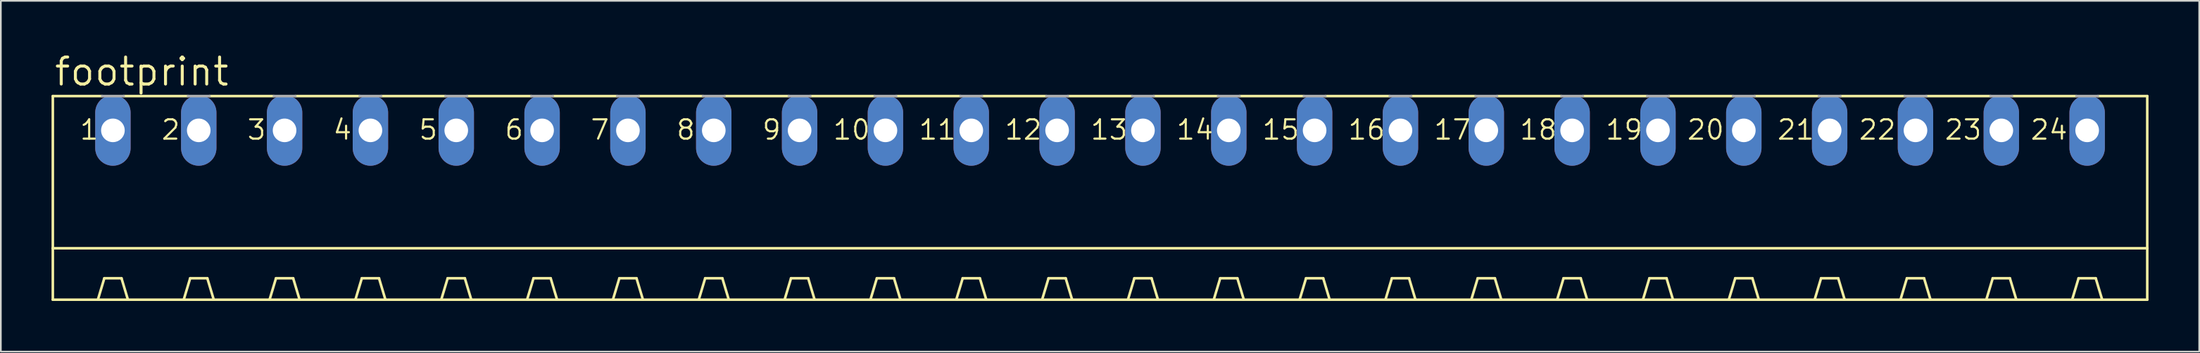
<source format=kicad_pcb>
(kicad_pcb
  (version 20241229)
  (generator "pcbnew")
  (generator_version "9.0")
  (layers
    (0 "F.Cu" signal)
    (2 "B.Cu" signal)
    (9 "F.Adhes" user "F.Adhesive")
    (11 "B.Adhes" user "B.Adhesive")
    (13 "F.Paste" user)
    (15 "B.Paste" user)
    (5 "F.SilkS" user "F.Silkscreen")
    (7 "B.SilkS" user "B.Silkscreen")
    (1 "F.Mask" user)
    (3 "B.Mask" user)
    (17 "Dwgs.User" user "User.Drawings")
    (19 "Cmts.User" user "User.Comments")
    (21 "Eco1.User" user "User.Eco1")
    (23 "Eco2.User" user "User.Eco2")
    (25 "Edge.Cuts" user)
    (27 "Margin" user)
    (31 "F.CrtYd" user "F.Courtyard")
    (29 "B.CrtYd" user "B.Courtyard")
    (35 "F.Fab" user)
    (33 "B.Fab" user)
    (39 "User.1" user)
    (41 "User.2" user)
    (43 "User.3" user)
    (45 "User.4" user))
  (footprint "footprint"
    (layer "F.Cu")
    (at 62.052 9.754)
    (property "Reference" "footprint" (at -61.976 -7.62 0) (layer "F.SilkS") (effects (font (size 1.6 1.6) (thickness 0.178)) (justify left bottom)))
    (fp_line (start -61.976 -7.112) (end -61.976 1.905) (stroke (width 0.152) (type solid)) (layer "F.SilkS"))
    (fp_line (start -61.976 -7.112) (end -59.055 -7.112) (stroke (width 0.152) (type solid)) (layer "F.SilkS"))
    (fp_line (start -61.976 1.905) (end -61.976 4.953) (stroke (width 0.152) (type solid)) (layer "F.SilkS"))
    (fp_line (start -61.976 1.905) (end 61.976 1.905) (stroke (width 0.152) (type solid)) (layer "F.SilkS"))
    (fp_line (start -61.976 4.953) (end -59.309 4.953) (stroke (width 0.152) (type solid)) (layer "F.SilkS"))
    (fp_line (start -59.309 4.953) (end -58.928 3.683) (stroke (width 0.152) (type solid)) (layer "F.SilkS"))
    (fp_line (start -59.309 4.953) (end -57.531 4.953) (stroke (width 0.152) (type solid)) (layer "F.SilkS"))
    (fp_line (start -57.912 3.683) (end -58.928 3.683) (stroke (width 0.152) (type solid)) (layer "F.SilkS"))
    (fp_line (start -57.785 -7.112) (end -53.975 -7.112) (stroke (width 0.152) (type solid)) (layer "F.SilkS"))
    (fp_line (start -57.531 4.953) (end -57.912 3.683) (stroke (width 0.152) (type solid)) (layer "F.SilkS"))
    (fp_line (start -57.531 4.953) (end -54.229 4.953) (stroke (width 0.152) (type solid)) (layer "F.SilkS"))
    (fp_line (start -54.229 4.953) (end -53.848 3.683) (stroke (width 0.152) (type solid)) (layer "F.SilkS"))
    (fp_line (start -54.229 4.953) (end -52.451 4.953) (stroke (width 0.152) (type solid)) (layer "F.SilkS"))
    (fp_line (start -53.848 3.683) (end -52.832 3.683) (stroke (width 0.152) (type solid)) (layer "F.SilkS"))
    (fp_line (start -52.705 -7.112) (end -48.895 -7.112) (stroke (width 0.152) (type solid)) (layer "F.SilkS"))
    (fp_line (start -52.451 4.953) (end -52.832 3.683) (stroke (width 0.152) (type solid)) (layer "F.SilkS"))
    (fp_line (start -52.451 4.953) (end -49.149 4.953) (stroke (width 0.152) (type solid)) (layer "F.SilkS"))
    (fp_line (start -49.149 4.953) (end -48.768 3.683) (stroke (width 0.152) (type solid)) (layer "F.SilkS"))
    (fp_line (start -49.149 4.953) (end -47.371 4.953) (stroke (width 0.152) (type solid)) (layer "F.SilkS"))
    (fp_line (start -48.768 3.683) (end -47.752 3.683) (stroke (width 0.152) (type solid)) (layer "F.SilkS"))
    (fp_line (start -47.625 -7.112) (end -43.815 -7.112) (stroke (width 0.152) (type solid)) (layer "F.SilkS"))
    (fp_line (start -47.371 4.953) (end -47.752 3.683) (stroke (width 0.152) (type solid)) (layer "F.SilkS"))
    (fp_line (start -47.371 4.953) (end -44.069 4.953) (stroke (width 0.152) (type solid)) (layer "F.SilkS"))
    (fp_line (start -44.069 4.953) (end -43.688 3.683) (stroke (width 0.152) (type solid)) (layer "F.SilkS"))
    (fp_line (start -44.069 4.953) (end -42.291 4.953) (stroke (width 0.152) (type solid)) (layer "F.SilkS"))
    (fp_line (start -43.688 3.683) (end -42.672 3.683) (stroke (width 0.152) (type solid)) (layer "F.SilkS"))
    (fp_line (start -42.545 -7.112) (end -38.735 -7.112) (stroke (width 0.152) (type solid)) (layer "F.SilkS"))
    (fp_line (start -42.291 4.953) (end -42.672 3.683) (stroke (width 0.152) (type solid)) (layer "F.SilkS"))
    (fp_line (start -42.291 4.953) (end -38.989 4.953) (stroke (width 0.152) (type solid)) (layer "F.SilkS"))
    (fp_line (start -38.989 4.953) (end -38.608 3.683) (stroke (width 0.152) (type solid)) (layer "F.SilkS"))
    (fp_line (start -38.989 4.953) (end -37.211 4.953) (stroke (width 0.152) (type solid)) (layer "F.SilkS"))
    (fp_line (start -38.608 3.683) (end -37.592 3.683) (stroke (width 0.152) (type solid)) (layer "F.SilkS"))
    (fp_line (start -37.465 -7.112) (end -33.655 -7.112) (stroke (width 0.152) (type solid)) (layer "F.SilkS"))
    (fp_line (start -37.211 4.953) (end -37.592 3.683) (stroke (width 0.152) (type solid)) (layer "F.SilkS"))
    (fp_line (start -37.211 4.953) (end -33.909 4.953) (stroke (width 0.152) (type solid)) (layer "F.SilkS"))
    (fp_line (start -33.909 4.953) (end -33.528 3.683) (stroke (width 0.152) (type solid)) (layer "F.SilkS"))
    (fp_line (start -33.909 4.953) (end -32.131 4.953) (stroke (width 0.152) (type solid)) (layer "F.SilkS"))
    (fp_line (start -33.528 3.683) (end -32.512 3.683) (stroke (width 0.152) (type solid)) (layer "F.SilkS"))
    (fp_line (start -32.385 -7.112) (end -28.575 -7.112) (stroke (width 0.152) (type solid)) (layer "F.SilkS"))
    (fp_line (start -32.131 4.953) (end -32.512 3.683) (stroke (width 0.152) (type solid)) (layer "F.SilkS"))
    (fp_line (start -32.131 4.953) (end -28.829 4.953) (stroke (width 0.152) (type solid)) (layer "F.SilkS"))
    (fp_line (start -28.829 4.953) (end -28.448 3.683) (stroke (width 0.152) (type solid)) (layer "F.SilkS"))
    (fp_line (start -28.829 4.953) (end -27.051 4.953) (stroke (width 0.152) (type solid)) (layer "F.SilkS"))
    (fp_line (start -28.448 3.683) (end -27.432 3.683) (stroke (width 0.152) (type solid)) (layer "F.SilkS"))
    (fp_line (start -27.305 -7.112) (end -23.495 -7.112) (stroke (width 0.152) (type solid)) (layer "F.SilkS"))
    (fp_line (start -27.051 4.953) (end -27.432 3.683) (stroke (width 0.152) (type solid)) (layer "F.SilkS"))
    (fp_line (start -27.051 4.953) (end -23.749 4.953) (stroke (width 0.152) (type solid)) (layer "F.SilkS"))
    (fp_line (start -23.749 4.953) (end -23.368 3.683) (stroke (width 0.152) (type solid)) (layer "F.SilkS"))
    (fp_line (start -23.749 4.953) (end -21.971 4.953) (stroke (width 0.152) (type solid)) (layer "F.SilkS"))
    (fp_line (start -23.368 3.683) (end -22.352 3.683) (stroke (width 0.152) (type solid)) (layer "F.SilkS"))
    (fp_line (start -22.225 -7.112) (end -18.415 -7.112) (stroke (width 0.152) (type solid)) (layer "F.SilkS"))
    (fp_line (start -21.971 4.953) (end -22.352 3.683) (stroke (width 0.152) (type solid)) (layer "F.SilkS"))
    (fp_line (start -21.971 4.953) (end -18.669 4.953) (stroke (width 0.152) (type solid)) (layer "F.SilkS"))
    (fp_line (start -18.669 4.953) (end -18.288 3.683) (stroke (width 0.152) (type solid)) (layer "F.SilkS"))
    (fp_line (start -18.669 4.953) (end -16.891 4.953) (stroke (width 0.152) (type solid)) (layer "F.SilkS"))
    (fp_line (start -18.288 3.683) (end -17.272 3.683) (stroke (width 0.152) (type solid)) (layer "F.SilkS"))
    (fp_line (start -17.145 -7.112) (end -13.335 -7.112) (stroke (width 0.152) (type solid)) (layer "F.SilkS"))
    (fp_line (start -16.891 4.953) (end -17.272 3.683) (stroke (width 0.152) (type solid)) (layer "F.SilkS"))
    (fp_line (start -16.891 4.953) (end -13.589 4.953) (stroke (width 0.152) (type solid)) (layer "F.SilkS"))
    (fp_line (start -13.589 4.953) (end -13.208 3.683) (stroke (width 0.152) (type solid)) (layer "F.SilkS"))
    (fp_line (start -13.589 4.953) (end -11.811 4.953) (stroke (width 0.152) (type solid)) (layer "F.SilkS"))
    (fp_line (start -13.208 3.683) (end -12.192 3.683) (stroke (width 0.152) (type solid)) (layer "F.SilkS"))
    (fp_line (start -12.065 -7.112) (end -8.255 -7.112) (stroke (width 0.152) (type solid)) (layer "F.SilkS"))
    (fp_line (start -11.811 4.953) (end -12.192 3.683) (stroke (width 0.152) (type solid)) (layer "F.SilkS"))
    (fp_line (start -11.811 4.953) (end -8.509 4.953) (stroke (width 0.152) (type solid)) (layer "F.SilkS"))
    (fp_line (start -8.509 4.953) (end -8.128 3.683) (stroke (width 0.152) (type solid)) (layer "F.SilkS"))
    (fp_line (start -8.509 4.953) (end -6.731 4.953) (stroke (width 0.152) (type solid)) (layer "F.SilkS"))
    (fp_line (start -8.128 3.683) (end -7.112 3.683) (stroke (width 0.152) (type solid)) (layer "F.SilkS"))
    (fp_line (start -6.985 -7.112) (end -3.175 -7.112) (stroke (width 0.152) (type solid)) (layer "F.SilkS"))
    (fp_line (start -6.731 4.953) (end -7.112 3.683) (stroke (width 0.152) (type solid)) (layer "F.SilkS"))
    (fp_line (start -6.731 4.953) (end -3.429 4.953) (stroke (width 0.152) (type solid)) (layer "F.SilkS"))
    (fp_line (start -3.429 4.953) (end -3.048 3.683) (stroke (width 0.152) (type solid)) (layer "F.SilkS"))
    (fp_line (start -3.429 4.953) (end -1.651 4.953) (stroke (width 0.152) (type solid)) (layer "F.SilkS"))
    (fp_line (start -3.048 3.683) (end -2.032 3.683) (stroke (width 0.152) (type solid)) (layer "F.SilkS"))
    (fp_line (start -1.905 -7.112) (end 1.905 -7.112) (stroke (width 0.152) (type solid)) (layer "F.SilkS"))
    (fp_line (start -1.651 4.953) (end -2.032 3.683) (stroke (width 0.152) (type solid)) (layer "F.SilkS"))
    (fp_line (start -1.651 4.953) (end 1.651 4.953) (stroke (width 0.152) (type solid)) (layer "F.SilkS"))
    (fp_line (start 1.651 4.953) (end 2.032 3.683) (stroke (width 0.152) (type solid)) (layer "F.SilkS"))
    (fp_line (start 1.651 4.953) (end 3.429 4.953) (stroke (width 0.152) (type solid)) (layer "F.SilkS"))
    (fp_line (start 3.048 3.683) (end 2.032 3.683) (stroke (width 0.152) (type solid)) (layer "F.SilkS"))
    (fp_line (start 3.175 -7.112) (end 6.985 -7.112) (stroke (width 0.152) (type solid)) (layer "F.SilkS"))
    (fp_line (start 3.429 4.953) (end 3.048 3.683) (stroke (width 0.152) (type solid)) (layer "F.SilkS"))
    (fp_line (start 3.429 4.953) (end 6.731 4.953) (stroke (width 0.152) (type solid)) (layer "F.SilkS"))
    (fp_line (start 6.731 4.953) (end 7.112 3.683) (stroke (width 0.152) (type solid)) (layer "F.SilkS"))
    (fp_line (start 6.731 4.953) (end 8.509 4.953) (stroke (width 0.152) (type solid)) (layer "F.SilkS"))
    (fp_line (start 7.112 3.683) (end 8.128 3.683) (stroke (width 0.152) (type solid)) (layer "F.SilkS"))
    (fp_line (start 8.255 -7.112) (end 12.065 -7.112) (stroke (width 0.152) (type solid)) (layer "F.SilkS"))
    (fp_line (start 8.509 4.953) (end 8.128 3.683) (stroke (width 0.152) (type solid)) (layer "F.SilkS"))
    (fp_line (start 8.509 4.953) (end 11.811 4.953) (stroke (width 0.152) (type solid)) (layer "F.SilkS"))
    (fp_line (start 11.811 4.953) (end 12.192 3.683) (stroke (width 0.152) (type solid)) (layer "F.SilkS"))
    (fp_line (start 11.811 4.953) (end 13.589 4.953) (stroke (width 0.152) (type solid)) (layer "F.SilkS"))
    (fp_line (start 12.192 3.683) (end 13.208 3.683) (stroke (width 0.152) (type solid)) (layer "F.SilkS"))
    (fp_line (start 13.335 -7.112) (end 17.145 -7.112) (stroke (width 0.152) (type solid)) (layer "F.SilkS"))
    (fp_line (start 13.589 4.953) (end 13.208 3.683) (stroke (width 0.152) (type solid)) (layer "F.SilkS"))
    (fp_line (start 13.589 4.953) (end 16.891 4.953) (stroke (width 0.152) (type solid)) (layer "F.SilkS"))
    (fp_line (start 16.891 4.953) (end 17.272 3.683) (stroke (width 0.152) (type solid)) (layer "F.SilkS"))
    (fp_line (start 16.891 4.953) (end 18.669 4.953) (stroke (width 0.152) (type solid)) (layer "F.SilkS"))
    (fp_line (start 17.272 3.683) (end 18.288 3.683) (stroke (width 0.152) (type solid)) (layer "F.SilkS"))
    (fp_line (start 18.415 -7.112) (end 22.225 -7.112) (stroke (width 0.152) (type solid)) (layer "F.SilkS"))
    (fp_line (start 18.669 4.953) (end 18.288 3.683) (stroke (width 0.152) (type solid)) (layer "F.SilkS"))
    (fp_line (start 18.669 4.953) (end 21.971 4.953) (stroke (width 0.152) (type solid)) (layer "F.SilkS"))
    (fp_line (start 21.971 4.953) (end 22.352 3.683) (stroke (width 0.152) (type solid)) (layer "F.SilkS"))
    (fp_line (start 21.971 4.953) (end 23.749 4.953) (stroke (width 0.152) (type solid)) (layer "F.SilkS"))
    (fp_line (start 22.352 3.683) (end 23.368 3.683) (stroke (width 0.152) (type solid)) (layer "F.SilkS"))
    (fp_line (start 23.495 -7.112) (end 27.305 -7.112) (stroke (width 0.152) (type solid)) (layer "F.SilkS"))
    (fp_line (start 23.749 4.953) (end 23.368 3.683) (stroke (width 0.152) (type solid)) (layer "F.SilkS"))
    (fp_line (start 23.749 4.953) (end 27.051 4.953) (stroke (width 0.152) (type solid)) (layer "F.SilkS"))
    (fp_line (start 27.051 4.953) (end 27.432 3.683) (stroke (width 0.152) (type solid)) (layer "F.SilkS"))
    (fp_line (start 27.051 4.953) (end 28.829 4.953) (stroke (width 0.152) (type solid)) (layer "F.SilkS"))
    (fp_line (start 27.432 3.683) (end 28.448 3.683) (stroke (width 0.152) (type solid)) (layer "F.SilkS"))
    (fp_line (start 28.575 -7.112) (end 32.385 -7.112) (stroke (width 0.152) (type solid)) (layer "F.SilkS"))
    (fp_line (start 28.829 4.953) (end 28.448 3.683) (stroke (width 0.152) (type solid)) (layer "F.SilkS"))
    (fp_line (start 28.829 4.953) (end 32.131 4.953) (stroke (width 0.152) (type solid)) (layer "F.SilkS"))
    (fp_line (start 32.131 4.953) (end 32.512 3.683) (stroke (width 0.152) (type solid)) (layer "F.SilkS"))
    (fp_line (start 32.131 4.953) (end 33.909 4.953) (stroke (width 0.152) (type solid)) (layer "F.SilkS"))
    (fp_line (start 32.512 3.683) (end 33.528 3.683) (stroke (width 0.152) (type solid)) (layer "F.SilkS"))
    (fp_line (start 33.655 -7.112) (end 37.465 -7.112) (stroke (width 0.152) (type solid)) (layer "F.SilkS"))
    (fp_line (start 33.909 4.953) (end 33.528 3.683) (stroke (width 0.152) (type solid)) (layer "F.SilkS"))
    (fp_line (start 33.909 4.953) (end 37.211 4.953) (stroke (width 0.152) (type solid)) (layer "F.SilkS"))
    (fp_line (start 37.211 4.953) (end 37.592 3.683) (stroke (width 0.152) (type solid)) (layer "F.SilkS"))
    (fp_line (start 37.211 4.953) (end 38.989 4.953) (stroke (width 0.152) (type solid)) (layer "F.SilkS"))
    (fp_line (start 37.592 3.683) (end 38.608 3.683) (stroke (width 0.152) (type solid)) (layer "F.SilkS"))
    (fp_line (start 38.735 -7.112) (end 42.545 -7.112) (stroke (width 0.152) (type solid)) (layer "F.SilkS"))
    (fp_line (start 38.989 4.953) (end 38.608 3.683) (stroke (width 0.152) (type solid)) (layer "F.SilkS"))
    (fp_line (start 38.989 4.953) (end 42.291 4.953) (stroke (width 0.152) (type solid)) (layer "F.SilkS"))
    (fp_line (start 42.291 4.953) (end 42.672 3.683) (stroke (width 0.152) (type solid)) (layer "F.SilkS"))
    (fp_line (start 42.291 4.953) (end 44.069 4.953) (stroke (width 0.152) (type solid)) (layer "F.SilkS"))
    (fp_line (start 42.672 3.683) (end 43.688 3.683) (stroke (width 0.152) (type solid)) (layer "F.SilkS"))
    (fp_line (start 43.815 -7.112) (end 47.625 -7.112) (stroke (width 0.152) (type solid)) (layer "F.SilkS"))
    (fp_line (start 44.069 4.953) (end 43.688 3.683) (stroke (width 0.152) (type solid)) (layer "F.SilkS"))
    (fp_line (start 44.069 4.953) (end 47.371 4.953) (stroke (width 0.152) (type solid)) (layer "F.SilkS"))
    (fp_line (start 47.371 4.953) (end 47.752 3.683) (stroke (width 0.152) (type solid)) (layer "F.SilkS"))
    (fp_line (start 47.371 4.953) (end 49.149 4.953) (stroke (width 0.152) (type solid)) (layer "F.SilkS"))
    (fp_line (start 47.752 3.683) (end 48.768 3.683) (stroke (width 0.152) (type solid)) (layer "F.SilkS"))
    (fp_line (start 48.895 -7.112) (end 52.705 -7.112) (stroke (width 0.152) (type solid)) (layer "F.SilkS"))
    (fp_line (start 49.149 4.953) (end 48.768 3.683) (stroke (width 0.152) (type solid)) (layer "F.SilkS"))
    (fp_line (start 49.149 4.953) (end 52.451 4.953) (stroke (width 0.152) (type solid)) (layer "F.SilkS"))
    (fp_line (start 52.451 4.953) (end 52.832 3.683) (stroke (width 0.152) (type solid)) (layer "F.SilkS"))
    (fp_line (start 52.451 4.953) (end 54.229 4.953) (stroke (width 0.152) (type solid)) (layer "F.SilkS"))
    (fp_line (start 52.832 3.683) (end 53.848 3.683) (stroke (width 0.152) (type solid)) (layer "F.SilkS"))
    (fp_line (start 53.975 -7.112) (end 57.785 -7.112) (stroke (width 0.152) (type solid)) (layer "F.SilkS"))
    (fp_line (start 54.229 4.953) (end 53.848 3.683) (stroke (width 0.152) (type solid)) (layer "F.SilkS"))
    (fp_line (start 54.229 4.953) (end 57.531 4.953) (stroke (width 0.152) (type solid)) (layer "F.SilkS"))
    (fp_line (start 57.531 4.953) (end 57.912 3.683) (stroke (width 0.152) (type solid)) (layer "F.SilkS"))
    (fp_line (start 57.531 4.953) (end 59.309 4.953) (stroke (width 0.152) (type solid)) (layer "F.SilkS"))
    (fp_line (start 57.912 3.683) (end 58.928 3.683) (stroke (width 0.152) (type solid)) (layer "F.SilkS"))
    (fp_line (start 59.055 -7.112) (end 61.976 -7.112) (stroke (width 0.152) (type solid)) (layer "F.SilkS"))
    (fp_line (start 59.309 4.953) (end 58.928 3.683) (stroke (width 0.152) (type solid)) (layer "F.SilkS"))
    (fp_line (start 59.309 4.953) (end 61.976 4.953) (stroke (width 0.152) (type solid)) (layer "F.SilkS"))
    (fp_line (start 61.976 -7.112) (end 61.976 1.905) (stroke (width 0.152) (type solid)) (layer "F.SilkS"))
    (fp_line (start 61.976 1.905) (end 61.976 4.953) (stroke (width 0.152) (type solid)) (layer "F.SilkS"))
    (fp_line (start -59.055 -7.112) (end -57.785 -7.112) (stroke (width 0.152) (type solid)) (layer "F.Fab"))
    (fp_line (start -53.975 -7.112) (end -52.705 -7.112) (stroke (width 0.152) (type solid)) (layer "F.Fab"))
    (fp_line (start -48.895 -7.112) (end -47.625 -7.112) (stroke (width 0.152) (type solid)) (layer "F.Fab"))
    (fp_line (start -43.815 -7.112) (end -42.545 -7.112) (stroke (width 0.152) (type solid)) (layer "F.Fab"))
    (fp_line (start -38.735 -7.112) (end -37.465 -7.112) (stroke (width 0.152) (type solid)) (layer "F.Fab"))
    (fp_line (start -33.655 -7.112) (end -32.385 -7.112) (stroke (width 0.152) (type solid)) (layer "F.Fab"))
    (fp_line (start -28.575 -7.112) (end -27.305 -7.112) (stroke (width 0.152) (type solid)) (layer "F.Fab"))
    (fp_line (start -23.495 -7.112) (end -22.225 -7.112) (stroke (width 0.152) (type solid)) (layer "F.Fab"))
    (fp_line (start -18.415 -7.112) (end -17.145 -7.112) (stroke (width 0.152) (type solid)) (layer "F.Fab"))
    (fp_line (start -13.335 -7.112) (end -12.065 -7.112) (stroke (width 0.152) (type solid)) (layer "F.Fab"))
    (fp_line (start -8.255 -7.112) (end -6.985 -7.112) (stroke (width 0.152) (type solid)) (layer "F.Fab"))
    (fp_line (start -3.175 -7.112) (end -1.905 -7.112) (stroke (width 0.152) (type solid)) (layer "F.Fab"))
    (fp_line (start 1.905 -7.112) (end 3.175 -7.112) (stroke (width 0.152) (type solid)) (layer "F.Fab"))
    (fp_line (start 6.985 -7.112) (end 8.255 -7.112) (stroke (width 0.152) (type solid)) (layer "F.Fab"))
    (fp_line (start 12.065 -7.112) (end 13.335 -7.112) (stroke (width 0.152) (type solid)) (layer "F.Fab"))
    (fp_line (start 17.145 -7.112) (end 18.415 -7.112) (stroke (width 0.152) (type solid)) (layer "F.Fab"))
    (fp_line (start 22.225 -7.112) (end 23.495 -7.112) (stroke (width 0.152) (type solid)) (layer "F.Fab"))
    (fp_line (start 27.305 -7.112) (end 28.575 -7.112) (stroke (width 0.152) (type solid)) (layer "F.Fab"))
    (fp_line (start 32.385 -7.112) (end 33.655 -7.112) (stroke (width 0.152) (type solid)) (layer "F.Fab"))
    (fp_line (start 37.465 -7.112) (end 38.735 -7.112) (stroke (width 0.152) (type solid)) (layer "F.Fab"))
    (fp_line (start 42.545 -7.112) (end 43.815 -7.112) (stroke (width 0.152) (type solid)) (layer "F.Fab"))
    (fp_line (start 47.625 -7.112) (end 48.895 -7.112) (stroke (width 0.152) (type solid)) (layer "F.Fab"))
    (fp_line (start 52.705 -7.112) (end 53.975 -7.112) (stroke (width 0.152) (type solid)) (layer "F.Fab"))
    (fp_line (start 57.785 -7.112) (end 59.055 -7.112) (stroke (width 0.152) (type solid)) (layer "F.Fab"))
    (fp_text user "6" (at -35.306 -4.445 0) (layer "F.SilkS") (effects (font (size 1.143 1.143) (thickness 0.127)) (justify left bottom)))
    (fp_text user "10" (at -15.875 -4.445 0) (layer "F.SilkS") (effects (font (size 1.143 1.143) (thickness 0.127)) (justify left bottom)))
    (fp_text user "9" (at -20.066 -4.445 0) (layer "F.SilkS") (effects (font (size 1.143 1.143) (thickness 0.127)) (justify left bottom)))
    (fp_text user "14" (at 4.445 -4.445 0) (layer "F.SilkS") (effects (font (size 1.143 1.143) (thickness 0.127)) (justify left bottom)))
    (fp_text user "18" (at 24.765 -4.445 0) (layer "F.SilkS") (effects (font (size 1.143 1.143) (thickness 0.127)) (justify left bottom)))
    (fp_text user "16" (at 14.605 -4.445 0) (layer "F.SilkS") (effects (font (size 1.143 1.143) (thickness 0.127)) (justify left bottom)))
    (fp_text user "4" (at -45.466 -4.445 0) (layer "F.SilkS") (effects (font (size 1.143 1.143) (thickness 0.127)) (justify left bottom)))
    (fp_text user "23" (at 49.911 -4.445 0) (layer "F.SilkS") (effects (font (size 1.143 1.143) (thickness 0.127)) (justify left bottom)))
    (fp_text user "19" (at 29.845 -4.445 0) (layer "F.SilkS") (effects (font (size 1.143 1.143) (thickness 0.127)) (justify left bottom)))
    (fp_text user "2" (at -55.626 -4.445 0) (layer "F.SilkS") (effects (font (size 1.143 1.143) (thickness 0.127)) (justify left bottom)))
    (fp_text user "12" (at -5.715 -4.445 0) (layer "F.SilkS") (effects (font (size 1.143 1.143) (thickness 0.127)) (justify left bottom)))
    (fp_text user "8" (at -25.146 -4.445 0) (layer "F.SilkS") (effects (font (size 1.143 1.143) (thickness 0.127)) (justify left bottom)))
    (fp_text user "5" (at -40.386 -4.445 0) (layer "F.SilkS") (effects (font (size 1.143 1.143) (thickness 0.127)) (justify left bottom)))
    (fp_text user "13" (at -0.635 -4.445 0) (layer "F.SilkS") (effects (font (size 1.143 1.143) (thickness 0.127)) (justify left bottom)))
    (fp_text user "1" (at -60.452 -4.445 0) (layer "F.SilkS") (effects (font (size 1.143 1.143) (thickness 0.127)) (justify left bottom)))
    (fp_text user "7" (at -30.226 -4.445 0) (layer "F.SilkS") (effects (font (size 1.143 1.143) (thickness 0.127)) (justify left bottom)))
    (fp_text user "17" (at 19.685 -4.445 0) (layer "F.SilkS") (effects (font (size 1.143 1.143) (thickness 0.127)) (justify left bottom)))
    (fp_text user "20" (at 34.671 -4.445 0) (layer "F.SilkS") (effects (font (size 1.143 1.143) (thickness 0.127)) (justify left bottom)))
    (fp_text user "24" (at 54.991 -4.445 0) (layer "F.SilkS") (effects (font (size 1.143 1.143) (thickness 0.127)) (justify left bottom)))
    (fp_text user "15" (at 9.525 -4.445 0) (layer "F.SilkS") (effects (font (size 1.143 1.143) (thickness 0.127)) (justify left bottom)))
    (fp_text user "3" (at -50.546 -4.445 0) (layer "F.SilkS") (effects (font (size 1.143 1.143) (thickness 0.127)) (justify left bottom)))
    (fp_text user "22" (at 44.831 -4.445 0) (layer "F.SilkS") (effects (font (size 1.143 1.143) (thickness 0.127)) (justify left bottom)))
    (fp_text user "11" (at -10.795 -4.445 0) (layer "F.SilkS") (effects (font (size 1.143 1.143) (thickness 0.127)) (justify left bottom)))
    (fp_text user "21" (at 40.005 -4.445 0) (layer "F.SilkS") (effects (font (size 1.143 1.143) (thickness 0.127)) (justify left bottom)))
    (pad "1" thru_hole oval (at -58.42 -5.08 90) (size 4.191 2.095) (drill 1.397) (layers "*.Cu" "*.Mask"))
    (pad "2" thru_hole oval (at -53.34 -5.08 90) (size 4.191 2.095) (drill 1.397) (layers "*.Cu" "*.Mask"))
    (pad "3" thru_hole oval (at -48.26 -5.08 90) (size 4.191 2.095) (drill 1.397) (layers "*.Cu" "*.Mask"))
    (pad "4" thru_hole oval (at -43.18 -5.08 90) (size 4.191 2.095) (drill 1.397) (layers "*.Cu" "*.Mask"))
    (pad "5" thru_hole oval (at -38.1 -5.08 90) (size 4.191 2.095) (drill 1.397) (layers "*.Cu" "*.Mask"))
    (pad "6" thru_hole oval (at -33.02 -5.08 90) (size 4.191 2.095) (drill 1.397) (layers "*.Cu" "*.Mask"))
    (pad "7" thru_hole oval (at -27.94 -5.08 90) (size 4.191 2.095) (drill 1.397) (layers "*.Cu" "*.Mask"))
    (pad "8" thru_hole oval (at -22.86 -5.08 90) (size 4.191 2.095) (drill 1.397) (layers "*.Cu" "*.Mask"))
    (pad "9" thru_hole oval (at -17.78 -5.08 90) (size 4.191 2.095) (drill 1.397) (layers "*.Cu" "*.Mask"))
    (pad "10" thru_hole oval (at -12.7 -5.08 90) (size 4.191 2.095) (drill 1.397) (layers "*.Cu" "*.Mask"))
    (pad "11" thru_hole oval (at -7.62 -5.08 90) (size 4.191 2.095) (drill 1.397) (layers "*.Cu" "*.Mask"))
    (pad "12" thru_hole oval (at -2.54 -5.08 90) (size 4.191 2.095) (drill 1.397) (layers "*.Cu" "*.Mask"))
    (pad "13" thru_hole oval (at 2.54 -5.08 90) (size 4.191 2.095) (drill 1.397) (layers "*.Cu" "*.Mask"))
    (pad "14" thru_hole oval (at 7.62 -5.08 90) (size 4.191 2.095) (drill 1.397) (layers "*.Cu" "*.Mask"))
    (pad "15" thru_hole oval (at 12.7 -5.08 90) (size 4.191 2.095) (drill 1.397) (layers "*.Cu" "*.Mask"))
    (pad "16" thru_hole oval (at 17.78 -5.08 90) (size 4.191 2.095) (drill 1.397) (layers "*.Cu" "*.Mask"))
    (pad "17" thru_hole oval (at 22.86 -5.08 90) (size 4.191 2.095) (drill 1.397) (layers "*.Cu" "*.Mask"))
    (pad "18" thru_hole oval (at 27.94 -5.08 90) (size 4.191 2.095) (drill 1.397) (layers "*.Cu" "*.Mask"))
    (pad "19" thru_hole oval (at 33.02 -5.08 90) (size 4.191 2.095) (drill 1.397) (layers "*.Cu" "*.Mask"))
    (pad "20" thru_hole oval (at 38.1 -5.08 90) (size 4.191 2.095) (drill 1.397) (layers "*.Cu" "*.Mask"))
    (pad "21" thru_hole oval (at 43.18 -5.08 90) (size 4.191 2.095) (drill 1.397) (layers "*.Cu" "*.Mask"))
    (pad "22" thru_hole oval (at 48.26 -5.08 90) (size 4.191 2.095) (drill 1.397) (layers "*.Cu" "*.Mask"))
    (pad "23" thru_hole oval (at 53.34 -5.08 90) (size 4.191 2.095) (drill 1.397) (layers "*.Cu" "*.Mask"))
    (pad "24" thru_hole oval (at 58.42 -5.08 90) (size 4.191 2.095) (drill 1.397) (layers "*.Cu" "*.Mask")))
  (gr_rect
    (start -3 -3)
    (end 127.104 17.783)
    (stroke (width 0.1) (type default))
    (fill no)
    (layer "Edge.Cuts")))
</source>
